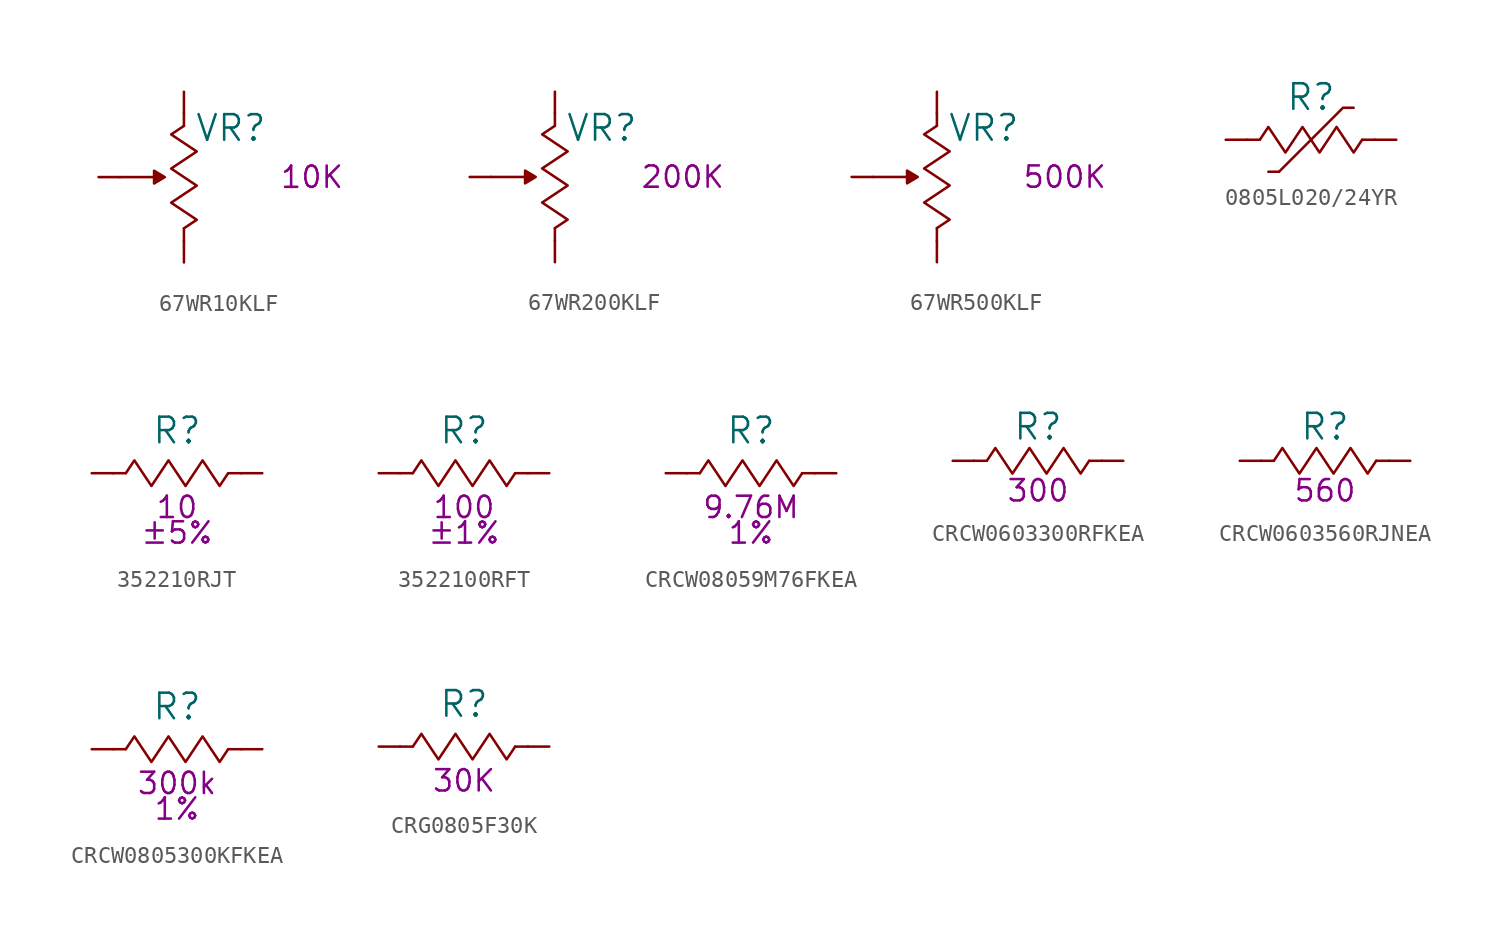
<source format=kicad_sym>
(kicad_symbol_lib
  (version 20231120)
  (generator "kicad_symbol_editor")
  (generator_version "8.0")
  (symbol "67WR10KLF"
    (pin_numbers hide)
    (pin_names
      (offset 0) hide)
    (property "Reference" "VR"
      (at 2.794 2.921 0)
      (effects (font (size 1.524 1.524))))
    (property "Resistance (Ohms)" "10K"
      (at 7.62 0 0)
      (effects (font (size 1.27 1.27))))
    (symbol "67WR10KLF_0_1"
      (rectangle (start 0 -3.048) (end 0 -3.81) (stroke (width 0) (type default)) (fill (type none)))
      (polyline (pts (xy -3.81 0) (xy -1.143 0) (xy -1.778 0.381) (xy -1.778 -0.381) (xy -1.143 0)) (stroke (width 0) (type default)) (fill (type outline)))
      (polyline (pts (xy 0 -3.048) (xy 0.762 -2.54) (xy 0 -2.032) (xy -0.762 -1.524) (xy 0 -1.016) (xy 0.762 -0.508) (xy 0 0) (xy -0.762 0.508) (xy 0 1.016) (xy 0.762 1.524) (xy 0 2.032) (xy -0.762 2.54) (xy 0 3.048)) (stroke (width 0) (type default)) (fill (type none)))
      (rectangle (start 0 3.81) (end 0 3.048) (stroke (width 0) (type default)) (fill (type none))))
    (symbol "67WR10KLF_1_1"
      (pin passive line (at 0 5.08 270) (length 1.27) (name "~" (effects (font (size 1.27 1.27)))) (number "1" (effects (font (size 1.27 1.27)))))
      (pin passive line (at -5.08 0 0) (length 1.27) (name "~" (effects (font (size 1.27 1.27)))) (number "2" (effects (font (size 1.27 1.27)))))
      (pin passive line (at 0 -5.08 90) (length 1.27) (name "~" (effects (font (size 1.27 1.27)))) (number "3" (effects (font (size 1.27 1.27)))))))
  (symbol "67WR200KLF"
    (pin_numbers hide)
    (pin_names
      (offset 0) hide)
    (property "Reference" "VR"
      (at 2.794 2.921 0)
      (effects (font (size 1.524 1.524))))
    (property "Resistance (Ohms)" "200K"
      (at 7.62 0 0)
      (effects (font (size 1.27 1.27))))
    (symbol "67WR200KLF_0_1"
      (rectangle (start 0 -3.048) (end 0 -3.81) (stroke (width 0) (type default)) (fill (type none)))
      (polyline (pts (xy -3.81 0) (xy -1.143 0) (xy -1.778 0.381) (xy -1.778 -0.381) (xy -1.143 0)) (stroke (width 0) (type default)) (fill (type outline)))
      (polyline (pts (xy 0 -3.048) (xy 0.762 -2.54) (xy 0 -2.032) (xy -0.762 -1.524) (xy 0 -1.016) (xy 0.762 -0.508) (xy 0 0) (xy -0.762 0.508) (xy 0 1.016) (xy 0.762 1.524) (xy 0 2.032) (xy -0.762 2.54) (xy 0 3.048)) (stroke (width 0) (type default)) (fill (type none)))
      (rectangle (start 0 3.81) (end 0 3.048) (stroke (width 0) (type default)) (fill (type none))))
    (symbol "67WR200KLF_1_1"
      (pin passive line (at 0 5.08 270) (length 1.27) (name "~" (effects (font (size 1.27 1.27)))) (number "1" (effects (font (size 1.27 1.27)))))
      (pin passive line (at 0 -5.08 90) (length 1.27) (name "~" (effects (font (size 1.27 1.27)))) (number "2" (effects (font (size 1.27 1.27)))))
      (pin passive line (at -5.08 0 0) (length 1.27) (name "~" (effects (font (size 1.27 1.27)))) (number "3" (effects (font (size 1.27 1.27)))))))
  (symbol "67WR500KLF"
    (pin_numbers hide)
    (pin_names
      (offset 0) hide)
    (property "Reference" "VR"
      (at 2.794 2.921 0)
      (effects (font (size 1.524 1.524))))
    (property "Resistance (Ohms)" "500K"
      (at 7.62 0 0)
      (effects (font (size 1.27 1.27))))
    (symbol "67WR500KLF_0_1"
      (rectangle (start 0 -3.048) (end 0 -3.81) (stroke (width 0) (type default)) (fill (type none)))
      (polyline (pts (xy -3.81 0) (xy -1.143 0) (xy -1.778 0.381) (xy -1.778 -0.381) (xy -1.143 0)) (stroke (width 0) (type default)) (fill (type outline)))
      (polyline (pts (xy 0 -3.048) (xy 0.762 -2.54) (xy 0 -2.032) (xy -0.762 -1.524) (xy 0 -1.016) (xy 0.762 -0.508) (xy 0 0) (xy -0.762 0.508) (xy 0 1.016) (xy 0.762 1.524) (xy 0 2.032) (xy -0.762 2.54) (xy 0 3.048)) (stroke (width 0) (type default)) (fill (type none)))
      (rectangle (start 0 3.81) (end 0 3.048) (stroke (width 0) (type default)) (fill (type none))))
    (symbol "67WR500KLF_1_1"
      (pin passive line (at 0 5.08 270) (length 1.27) (name "~" (effects (font (size 1.27 1.27)))) (number "1" (effects (font (size 1.27 1.27)))))
      (pin passive line (at 0 -5.08 90) (length 1.27) (name "~" (effects (font (size 1.27 1.27)))) (number "2" (effects (font (size 1.27 1.27)))))
      (pin passive line (at -5.08 0 0) (length 1.27) (name "~" (effects (font (size 1.27 1.27)))) (number "3" (effects (font (size 1.27 1.27)))))))
  (symbol "0805L020/24YR"
    (pin_numbers hide)
    (pin_names
      (offset 0) hide)
    (property "Reference" "R"
      (at 0 2.54 0)
      (effects (font (size 1.524 1.524))))
    (symbol "0805L020/24YR_0_1"
      (rectangle (start -3.81 0) (end -3.048 0) (stroke (width 0) (type default)) (fill (type none)))
      (polyline (pts (xy -1.905 -1.905) (xy -2.54 -1.905)) (stroke (width 0) (type default)) (fill (type none)))
      (polyline (pts (xy -1.905 -1.905) (xy 1.905 1.905) (xy 2.54 1.905)) (stroke (width 0) (type default)) (fill (type none)))
      (rectangle (start 3.81 0) (end 3.048 0) (stroke (width 0) (type default)) (fill (type none))))
    (symbol "0805L020/24YR_1_1"
      (polyline (pts (xy -3.048 0) (xy -2.54 0.762) (xy -2.032 0) (xy -1.524 -0.762) (xy -1.016 0) (xy -0.508 0.762) (xy 0 0) (xy 0.508 -0.762) (xy 1.016 0) (xy 1.524 0.762) (xy 2.032 0) (xy 2.54 -0.762) (xy 3.048 0)) (stroke (width 0) (type default)) (fill (type none)))
      (pin passive line (at -5.08 0 0) (length 1.27) (name "1" (effects (font (size 1.27 1.27)))) (number "1" (effects (font (size 1.27 1.27)))))
      (pin passive line (at 5.08 0 180) (length 1.27) (name "2" (effects (font (size 1.27 1.27)))) (number "2" (effects (font (size 1.27 1.27)))))))
  (symbol "352210RJT"
    (pin_numbers hide)
    (pin_names
      (offset 0) hide)
    (property "Reference" "R"
      (at 0 2.54 0)
      (effects (font (size 1.524 1.524))))
    (property "Resistance (Ohms)" "10"
      (at 0 -2.032 0)
      (effects (font (size 1.27 1.27))))
    (property "Tolerance (%)" "±5%"
      (at 0 -3.556 0)
      (effects (font (size 1.27 1.27))))
    (symbol "352210RJT_0_1"
      (rectangle (start -3.81 0) (end -3.048 0) (stroke (width 0) (type default)) (fill (type none)))
      (rectangle (start 3.81 0) (end 3.048 0) (stroke (width 0) (type default)) (fill (type none))))
    (symbol "352210RJT_1_1"
      (polyline (pts (xy -3.048 0) (xy -2.54 0.762) (xy -2.032 0) (xy -1.524 -0.762) (xy -1.016 0) (xy -0.508 0.762) (xy 0 0) (xy 0.508 -0.762) (xy 1.016 0) (xy 1.524 0.762) (xy 2.032 0) (xy 2.54 -0.762) (xy 3.048 0)) (stroke (width 0) (type default)) (fill (type none)))
      (pin passive line (at -5.08 0 0) (length 1.27) (name "1" (effects (font (size 1.27 1.27)))) (number "1" (effects (font (size 1.27 1.27)))))
      (pin passive line (at 5.08 0 180) (length 1.27) (name "2" (effects (font (size 1.27 1.27)))) (number "2" (effects (font (size 1.27 1.27)))))))
  (symbol "3522100RFT"
    (pin_numbers hide)
    (pin_names
      (offset 0) hide)
    (property "Reference" "R"
      (at 0 2.54 0)
      (effects (font (size 1.524 1.524))))
    (property "Resistance (Ohms)" "100"
      (at 0 -2.032 0)
      (effects (font (size 1.27 1.27))))
    (property "Tolerance (%)" "±1%"
      (at 0 -3.556 0)
      (effects (font (size 1.27 1.27))))
    (symbol "3522100RFT_0_1"
      (rectangle (start -3.81 0) (end -3.048 0) (stroke (width 0) (type default)) (fill (type none)))
      (rectangle (start 3.81 0) (end 3.048 0) (stroke (width 0) (type default)) (fill (type none))))
    (symbol "3522100RFT_1_1"
      (polyline (pts (xy -3.048 0) (xy -2.54 0.762) (xy -2.032 0) (xy -1.524 -0.762) (xy -1.016 0) (xy -0.508 0.762) (xy 0 0) (xy 0.508 -0.762) (xy 1.016 0) (xy 1.524 0.762) (xy 2.032 0) (xy 2.54 -0.762) (xy 3.048 0)) (stroke (width 0) (type default)) (fill (type none)))
      (pin passive line (at -5.08 0 0) (length 1.27) (name "1" (effects (font (size 1.27 1.27)))) (number "1" (effects (font (size 1.27 1.27)))))
      (pin passive line (at 5.08 0 180) (length 1.27) (name "2" (effects (font (size 1.27 1.27)))) (number "2" (effects (font (size 1.27 1.27)))))))
  (symbol "CRCW08059M76FKEA"
    (pin_numbers hide)
    (pin_names
      (offset 0) hide)
    (property "Reference" "R"
      (at 0 2.54 0)
      (effects (font (size 1.524 1.524))))
    (property "Resistance (Ohms)" "9.76M"
      (at 0 -2.032 0)
      (effects (font (size 1.27 1.27))))
    (property "Tolerance (%)" "1%"
      (at 0 -3.556 0)
      (effects (font (size 1.27 1.27))))
    (symbol "CRCW08059M76FKEA_0_1"
      (rectangle (start -3.81 0) (end -3.048 0) (stroke (width 0) (type default)) (fill (type none)))
      (rectangle (start 3.81 0) (end 3.048 0) (stroke (width 0) (type default)) (fill (type none))))
    (symbol "CRCW08059M76FKEA_1_1"
      (polyline (pts (xy -3.048 0) (xy -2.54 0.762) (xy -2.032 0) (xy -1.524 -0.762) (xy -1.016 0) (xy -0.508 0.762) (xy 0 0) (xy 0.508 -0.762) (xy 1.016 0) (xy 1.524 0.762) (xy 2.032 0) (xy 2.54 -0.762) (xy 3.048 0)) (stroke (width 0) (type default)) (fill (type none)))
      (pin passive line (at -5.08 0 0) (length 1.27) (name "1" (effects (font (size 1.27 1.27)))) (number "1" (effects (font (size 1.27 1.27)))))
      (pin passive line (at 5.08 0 180) (length 1.27) (name "2" (effects (font (size 1.27 1.27)))) (number "2" (effects (font (size 1.27 1.27)))))))
  (symbol "CRCW0603300RFKEA"
    (pin_numbers hide)
    (pin_names
      (offset 0) hide)
    (property "Reference" "R"
      (at 0 2.032 0)
      (effects (font (size 1.524 1.524))))
    (property "Resistance (Ohms)" "300"
      (at 0 -1.778 0)
      (effects (font (size 1.27 1.27))))
    (symbol "CRCW0603300RFKEA_0_1"
      (rectangle (start -3.048 0) (end -3.81 0) (stroke (width 0) (type default)) (fill (type none)))
      (polyline (pts (xy -3.048 0) (xy -2.54 0.762) (xy -2.032 0) (xy -1.524 -0.762) (xy -1.016 0) (xy -0.508 0.762) (xy 0 0) (xy 0.508 -0.762) (xy 1.016 0) (xy 1.524 0.762) (xy 2.032 0) (xy 2.54 -0.762) (xy 3.048 0)) (stroke (width 0) (type default)) (fill (type none)))
      (rectangle (start 3.81 0) (end 3.048 0) (stroke (width 0) (type default)) (fill (type none))))
    (symbol "CRCW0603300RFKEA_1_1"
      (pin passive line (at -5.08 0 0) (length 1.27) (name "1" (effects (font (size 1.27 1.27)))) (number "1" (effects (font (size 1.27 1.27)))))
      (pin passive line (at 5.08 0 180) (length 1.27) (name "2" (effects (font (size 1.27 1.27)))) (number "2" (effects (font (size 1.27 1.27)))))))
  (symbol "CRCW0603560RJNEA"
    (pin_numbers hide)
    (pin_names
      (offset 0) hide)
    (property "Reference" "R"
      (at 0 2.032 0)
      (effects (font (size 1.524 1.524))))
    (property "Resistance (Ohms)" "560"
      (at 0 -1.778 0)
      (effects (font (size 1.27 1.27))))
    (symbol "CRCW0603560RJNEA_0_1"
      (rectangle (start -3.048 0) (end -3.81 0) (stroke (width 0) (type default)) (fill (type none)))
      (polyline (pts (xy -3.048 0) (xy -2.54 0.762) (xy -2.032 0) (xy -1.524 -0.762) (xy -1.016 0) (xy -0.508 0.762) (xy 0 0) (xy 0.508 -0.762) (xy 1.016 0) (xy 1.524 0.762) (xy 2.032 0) (xy 2.54 -0.762) (xy 3.048 0)) (stroke (width 0) (type default)) (fill (type none)))
      (rectangle (start 3.81 0) (end 3.048 0) (stroke (width 0) (type default)) (fill (type none))))
    (symbol "CRCW0603560RJNEA_1_1"
      (pin passive line (at -5.08 0 0) (length 1.27) (name "1" (effects (font (size 1.27 1.27)))) (number "1" (effects (font (size 1.27 1.27)))))
      (pin passive line (at 5.08 0 180) (length 1.27) (name "2" (effects (font (size 1.27 1.27)))) (number "2" (effects (font (size 1.27 1.27)))))))
  (symbol "CRCW0805300KFKEA"
    (pin_numbers hide)
    (pin_names
      (offset 0) hide)
    (property "Reference" "R"
      (at 0 2.54 0)
      (effects (font (size 1.524 1.524))))
    (property "Resistance (Ohms)" "300k"
      (at 0 -2.032 0)
      (effects (font (size 1.27 1.27))))
    (property "Tolerance (%)" "1%"
      (at 0 -3.556 0)
      (effects (font (size 1.27 1.27))))
    (symbol "CRCW0805300KFKEA_0_1"
      (rectangle (start -3.81 0) (end -3.048 0) (stroke (width 0) (type default)) (fill (type none)))
      (rectangle (start 3.81 0) (end 3.048 0) (stroke (width 0) (type default)) (fill (type none))))
    (symbol "CRCW0805300KFKEA_1_1"
      (polyline (pts (xy -3.048 0) (xy -2.54 0.762) (xy -2.032 0) (xy -1.524 -0.762) (xy -1.016 0) (xy -0.508 0.762) (xy 0 0) (xy 0.508 -0.762) (xy 1.016 0) (xy 1.524 0.762) (xy 2.032 0) (xy 2.54 -0.762) (xy 3.048 0)) (stroke (width 0) (type default)) (fill (type none)))
      (pin passive line (at -5.08 0 0) (length 1.27) (name "1" (effects (font (size 1.27 1.27)))) (number "1" (effects (font (size 1.27 1.27)))))
      (pin passive line (at 5.08 0 180) (length 1.27) (name "2" (effects (font (size 1.27 1.27)))) (number "2" (effects (font (size 1.27 1.27)))))))
  (symbol "CRG0805F30K"
    (pin_numbers hide)
    (pin_names
      (offset 0) hide)
    (property "Reference" "R"
      (at 0 2.54 0)
      (effects (font (size 1.524 1.524))))
    (property "Resistance (Ohms)" "30K"
      (at 0 -2.032 0)
      (effects (font (size 1.27 1.27))))
    (symbol "CRG0805F30K_0_1"
      (rectangle (start -3.81 0) (end -3.048 0) (stroke (width 0) (type default)) (fill (type none)))
      (rectangle (start 3.81 0) (end 3.048 0) (stroke (width 0) (type default)) (fill (type none))))
    (symbol "CRG0805F30K_1_1"
      (polyline (pts (xy -3.048 0) (xy -2.54 0.762) (xy -2.032 0) (xy -1.524 -0.762) (xy -1.016 0) (xy -0.508 0.762) (xy 0 0) (xy 0.508 -0.762) (xy 1.016 0) (xy 1.524 0.762) (xy 2.032 0) (xy 2.54 -0.762) (xy 3.048 0)) (stroke (width 0) (type default)) (fill (type none)))
      (pin passive line (at -5.08 0 0) (length 1.27) (name "1" (effects (font (size 1.27 1.27)))) (number "1" (effects (font (size 1.27 1.27)))))
      (pin passive line (at 5.08 0 180) (length 1.27) (name "2" (effects (font (size 1.27 1.27)))) (number "2" (effects (font (size 1.27 1.27))))))))
</source>
